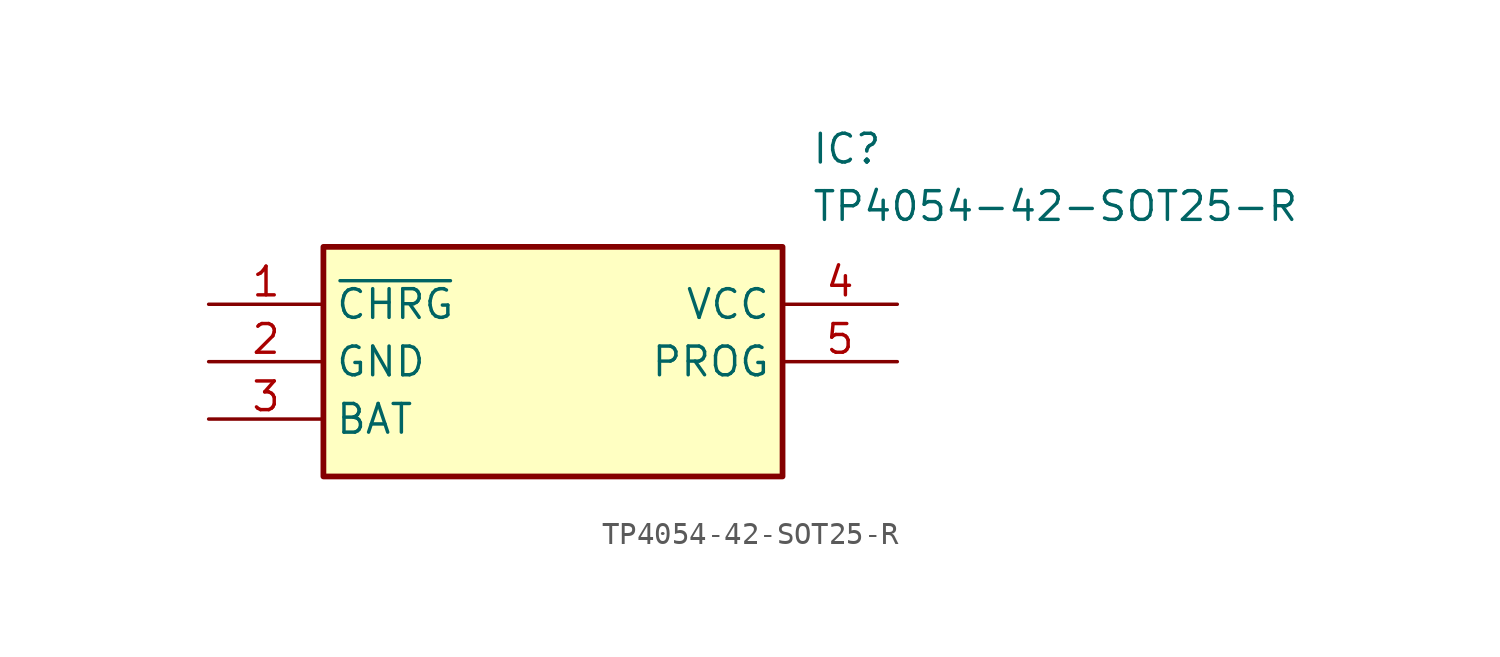
<source format=kicad_sym>
(kicad_symbol_lib
  (version 20220914)
  (generator SamacSys_ECAD_Model)
  (symbol "TP4054-42-SOT25-R"
    (property "Reference" "IC"
      (at 26.67 7.62 0)
      (effects (font (size 1.27 1.27)) (justify left top)))
    (property "Value" "TP4054-42-SOT25-R"
      (at 26.67 5.08 0)
      (effects (font (size 1.27 1.27)) (justify left top)))
    (rectangle
      (start 5.08 2.54)
      (end 25.4 -7.62)
      (stroke (width 0.254) (type default))
      (fill (type background)))
    (pin passive line
      (at 0 0 0)
      (length 5.08)
      (name "~{CHRG}" (effects (font (size 1.27 1.27))))
      (number "1" (effects (font (size 1.27 1.27)))))
    (pin passive line
      (at 0 -2.54 0)
      (length 5.08)
      (name "GND" (effects (font (size 1.27 1.27))))
      (number "2" (effects (font (size 1.27 1.27)))))
    (pin passive line
      (at 0 -5.08 0)
      (length 5.08)
      (name "BAT" (effects (font (size 1.27 1.27))))
      (number "3" (effects (font (size 1.27 1.27)))))
    (pin passive line
      (at 30.48 0 180)
      (length 5.08)
      (name "VCC" (effects (font (size 1.27 1.27))))
      (number "4" (effects (font (size 1.27 1.27)))))
    (pin passive line
      (at 30.48 -2.54 180)
      (length 5.08)
      (name "PROG" (effects (font (size 1.27 1.27))))
      (number "5" (effects (font (size 1.27 1.27)))))))
</source>
